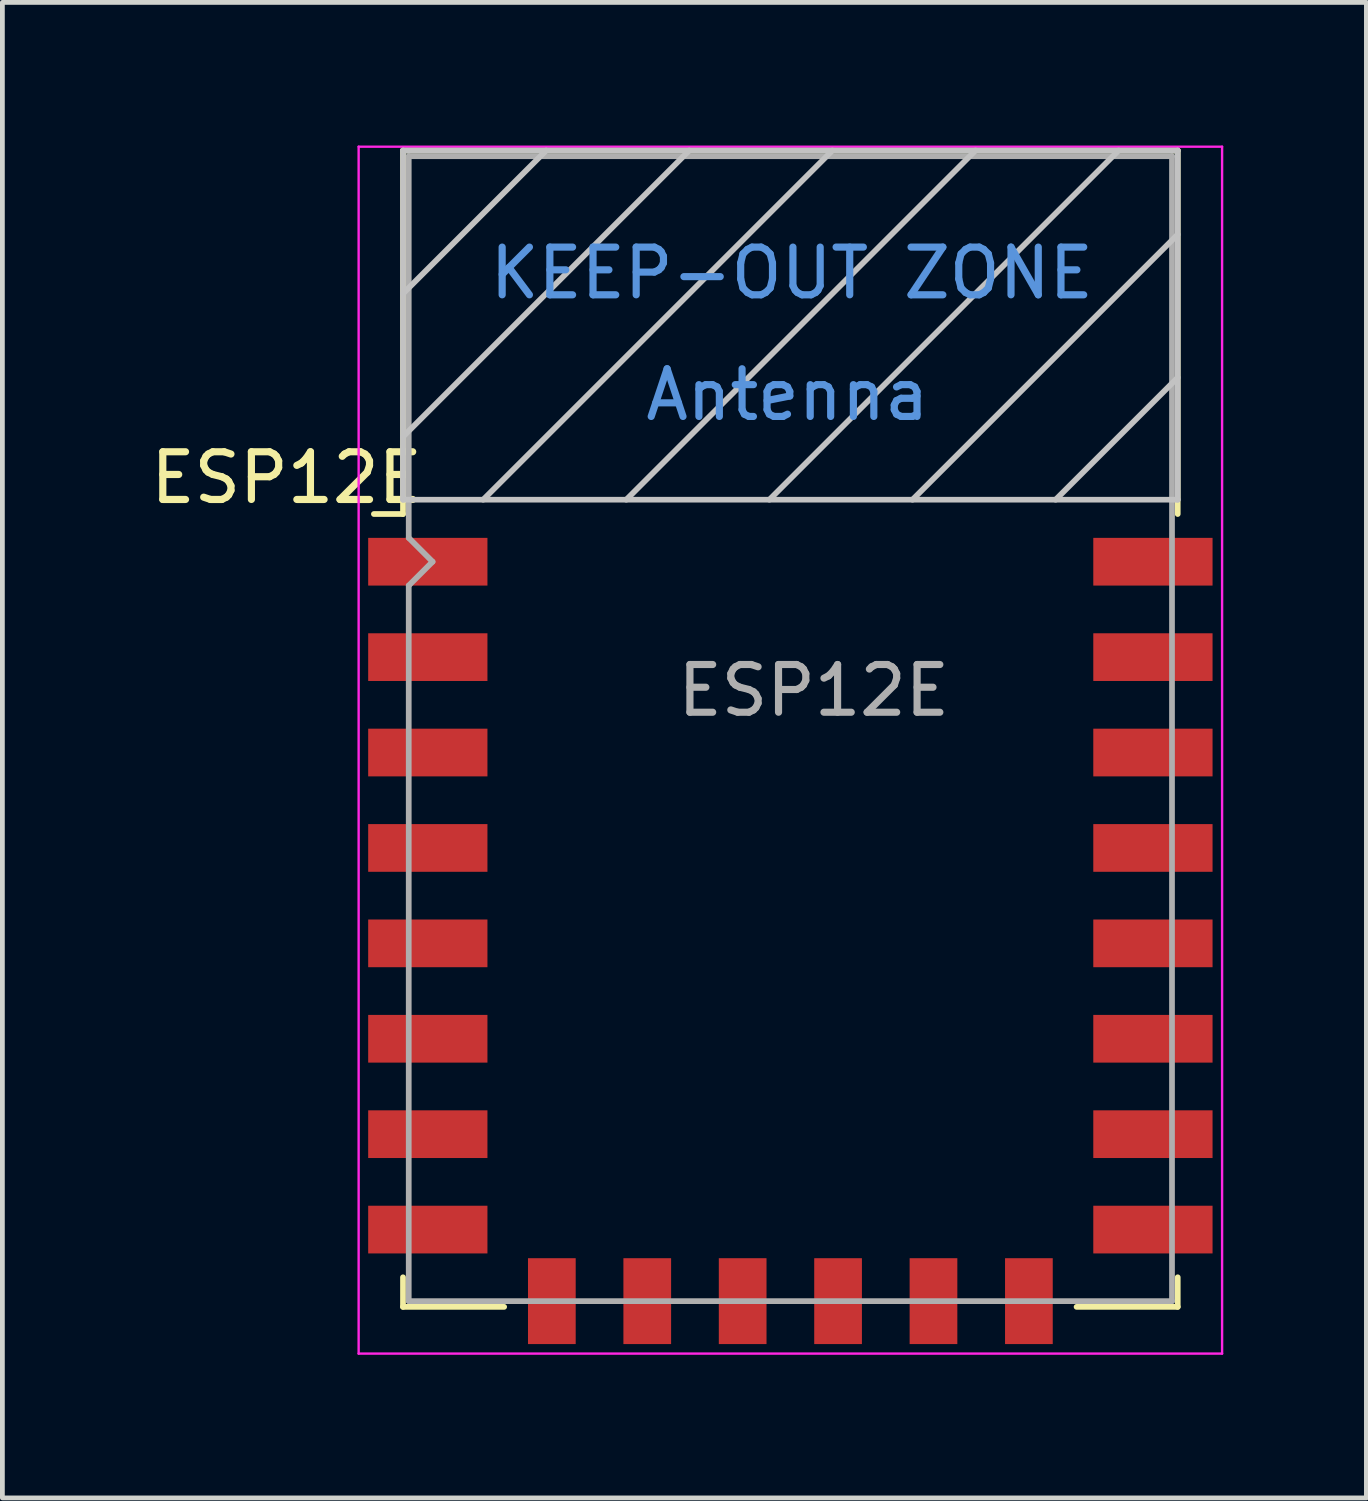
<source format=kicad_pcb>
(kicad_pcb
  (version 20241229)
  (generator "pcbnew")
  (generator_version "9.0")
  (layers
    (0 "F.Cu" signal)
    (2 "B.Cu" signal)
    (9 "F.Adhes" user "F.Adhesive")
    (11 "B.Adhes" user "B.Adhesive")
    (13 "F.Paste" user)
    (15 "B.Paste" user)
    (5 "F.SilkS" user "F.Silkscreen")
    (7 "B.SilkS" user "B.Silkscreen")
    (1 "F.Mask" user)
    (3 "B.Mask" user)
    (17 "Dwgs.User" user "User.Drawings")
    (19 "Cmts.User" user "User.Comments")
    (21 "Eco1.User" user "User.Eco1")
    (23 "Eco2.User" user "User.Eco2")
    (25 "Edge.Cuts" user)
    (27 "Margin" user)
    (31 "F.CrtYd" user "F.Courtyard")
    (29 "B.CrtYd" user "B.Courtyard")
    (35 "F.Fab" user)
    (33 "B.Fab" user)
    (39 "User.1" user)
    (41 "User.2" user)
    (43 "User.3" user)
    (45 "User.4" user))
  (footprint "ESP12E"
    (layer "F.Cu")
    (at 13.518 12.225)
    (property "Reference" "ESP12E" (at -10.56 -5.26 0) (layer "F.SilkS") (effects (font (size 1 1) (thickness 0.15))))
    (attr smd)
    (fp_line (start -8.12 -12.12) (end 8.12 -12.12) (stroke (width 0.12) (type solid)) (layer "F.SilkS"))
    (fp_line (start -8.12 -4.5) (end -8.73 -4.5) (stroke (width 0.12) (type solid)) (layer "F.SilkS"))
    (fp_line (start -8.12 -4.5) (end -8.12 -12.12) (stroke (width 0.12) (type solid)) (layer "F.SilkS"))
    (fp_line (start -8.12 12.12) (end -8.12 11.5) (stroke (width 0.12) (type solid)) (layer "F.SilkS"))
    (fp_line (start -6 12.12) (end -8.12 12.12) (stroke (width 0.12) (type solid)) (layer "F.SilkS"))
    (fp_line (start 8.12 -12.12) (end 8.12 -4.5) (stroke (width 0.12) (type solid)) (layer "F.SilkS"))
    (fp_line (start 8.12 11.5) (end 8.12 12.12) (stroke (width 0.12) (type solid)) (layer "F.SilkS"))
    (fp_line (start 8.12 12.12) (end 6 12.12) (stroke (width 0.12) (type solid)) (layer "F.SilkS"))
    (fp_line (start -8.12 -12.12) (end 8.12 -12.12) (stroke (width 0.12) (type solid)) (layer "Dwgs.User"))
    (fp_line (start -8.12 -9.12) (end -5.12 -12.12) (stroke (width 0.12) (type solid)) (layer "Dwgs.User"))
    (fp_line (start -8.12 -6.12) (end -2.12 -12.12) (stroke (width 0.12) (type solid)) (layer "Dwgs.User"))
    (fp_line (start -8.12 -4.8) (end -8.12 -12.12) (stroke (width 0.12) (type solid)) (layer "Dwgs.User"))
    (fp_line (start -6.44 -4.8) (end 0.88 -12.12) (stroke (width 0.12) (type solid)) (layer "Dwgs.User"))
    (fp_line (start -3.44 -4.8) (end 3.88 -12.12) (stroke (width 0.12) (type solid)) (layer "Dwgs.User"))
    (fp_line (start -0.44 -4.8) (end 6.88 -12.12) (stroke (width 0.12) (type solid)) (layer "Dwgs.User"))
    (fp_line (start 2.56 -4.8) (end 8.12 -10.36) (stroke (width 0.12) (type solid)) (layer "Dwgs.User"))
    (fp_line (start 5.56 -4.8) (end 8.12 -7.36) (stroke (width 0.12) (type solid)) (layer "Dwgs.User"))
    (fp_line (start 8.12 -12.12) (end 8.12 -4.8) (stroke (width 0.12) (type solid)) (layer "Dwgs.User"))
    (fp_line (start 8.12 -4.8) (end -8.12 -4.8) (stroke (width 0.12) (type solid)) (layer "Dwgs.User"))
    (fp_line (start -9.05 -12.2) (end 9.05 -12.2) (stroke (width 0.05) (type solid)) (layer "F.CrtYd"))
    (fp_line (start -9.05 13.1) (end -9.05 -12.2) (stroke (width 0.05) (type solid)) (layer "F.CrtYd"))
    (fp_line (start 9.05 -12.2) (end 9.05 13.1) (stroke (width 0.05) (type solid)) (layer "F.CrtYd"))
    (fp_line (start 9.05 13.1) (end -9.05 13.1) (stroke (width 0.05) (type solid)) (layer "F.CrtYd"))
    (fp_line (start -8 -12) (end 8 -12) (stroke (width 0.12) (type solid)) (layer "F.Fab"))
    (fp_line (start -8 -4) (end -8 -12) (stroke (width 0.12) (type solid)) (layer "F.Fab"))
    (fp_line (start -8 -3) (end -7.5 -3.5) (stroke (width 0.12) (type solid)) (layer "F.Fab"))
    (fp_line (start -8 12) (end -8 -3) (stroke (width 0.12) (type solid)) (layer "F.Fab"))
    (fp_line (start -7.5 -3.5) (end -8 -4) (stroke (width 0.12) (type solid)) (layer "F.Fab"))
    (fp_line (start 8 -12) (end 8 12) (stroke (width 0.12) (type solid)) (layer "F.Fab"))
    (fp_line (start 8 12) (end -8 12) (stroke (width 0.12) (type solid)) (layer "F.Fab"))
    (fp_text user "KEEP-OUT ZONE" (at 0.03 -9.55 180) (layer "Cmts.User") (effects (font (size 1 1) (thickness 0.15))))
    (fp_text user "Antenna" (at -0.06 -7 180) (layer "Cmts.User") (effects (font (size 1 1) (thickness 0.15))))
    (fp_text user "${REFERENCE}" (at 0.49 -0.8 0) (layer "F.Fab") (effects (font (size 1 1) (thickness 0.15))))
    (pad "1" smd rect (at -7.6 -3.5) (size 2.5 1) (layers "F.Cu" "F.Mask" "F.Paste"))
    (pad "2" smd rect (at -7.6 -1.5) (size 2.5 1) (layers "F.Cu" "F.Mask" "F.Paste"))
    (pad "3" smd rect (at -7.6 0.5) (size 2.5 1) (layers "F.Cu" "F.Mask" "F.Paste"))
    (pad "4" smd rect (at -7.6 2.5) (size 2.5 1) (layers "F.Cu" "F.Mask" "F.Paste"))
    (pad "5" smd rect (at -7.6 4.5) (size 2.5 1) (layers "F.Cu" "F.Mask" "F.Paste"))
    (pad "6" smd rect (at -7.6 6.5) (size 2.5 1) (layers "F.Cu" "F.Mask" "F.Paste"))
    (pad "7" smd rect (at -7.6 8.5) (size 2.5 1) (layers "F.Cu" "F.Mask" "F.Paste"))
    (pad "8" smd rect (at -7.6 10.5) (size 2.5 1) (layers "F.Cu" "F.Mask" "F.Paste"))
    (pad "9" smd rect (at 7.6 10.5) (size 2.5 1) (layers "F.Cu" "F.Mask" "F.Paste"))
    (pad "10" smd rect (at 7.6 8.5) (size 2.5 1) (layers "F.Cu" "F.Mask" "F.Paste"))
    (pad "11" smd rect (at 7.6 6.5) (size 2.5 1) (layers "F.Cu" "F.Mask" "F.Paste"))
    (pad "12" smd rect (at 7.6 4.5) (size 2.5 1) (layers "F.Cu" "F.Mask" "F.Paste"))
    (pad "13" smd rect (at 7.6 2.5) (size 2.5 1) (layers "F.Cu" "F.Mask" "F.Paste"))
    (pad "14" smd rect (at 7.6 0.5) (size 2.5 1) (layers "F.Cu" "F.Mask" "F.Paste"))
    (pad "15" smd rect (at 7.6 -1.5) (size 2.5 1) (layers "F.Cu" "F.Mask" "F.Paste"))
    (pad "16" smd rect (at 7.6 -3.5) (size 2.5 1) (layers "F.Cu" "F.Mask" "F.Paste"))
    (pad "17" smd rect (at -5 12) (size 1 1.8) (layers "F.Cu" "F.Mask" "F.Paste"))
    (pad "18" smd rect (at -3 12) (size 1 1.8) (layers "F.Cu" "F.Mask" "F.Paste"))
    (pad "19" smd rect (at -1 12) (size 1 1.8) (layers "F.Cu" "F.Mask" "F.Paste"))
    (pad "20" smd rect (at 1 12) (size 1 1.8) (layers "F.Cu" "F.Mask" "F.Paste"))
    (pad "21" smd rect (at 3 12) (size 1 1.8) (layers "F.Cu" "F.Mask" "F.Paste"))
    (pad "22" smd rect (at 5 12) (size 1 1.8) (layers "F.Cu" "F.Mask" "F.Paste")))
  (gr_rect
    (start -3 -3)
    (end 25.593 28.35)
    (stroke (width 0.1) (type default))
    (fill no)
    (layer "Edge.Cuts")))
</source>
